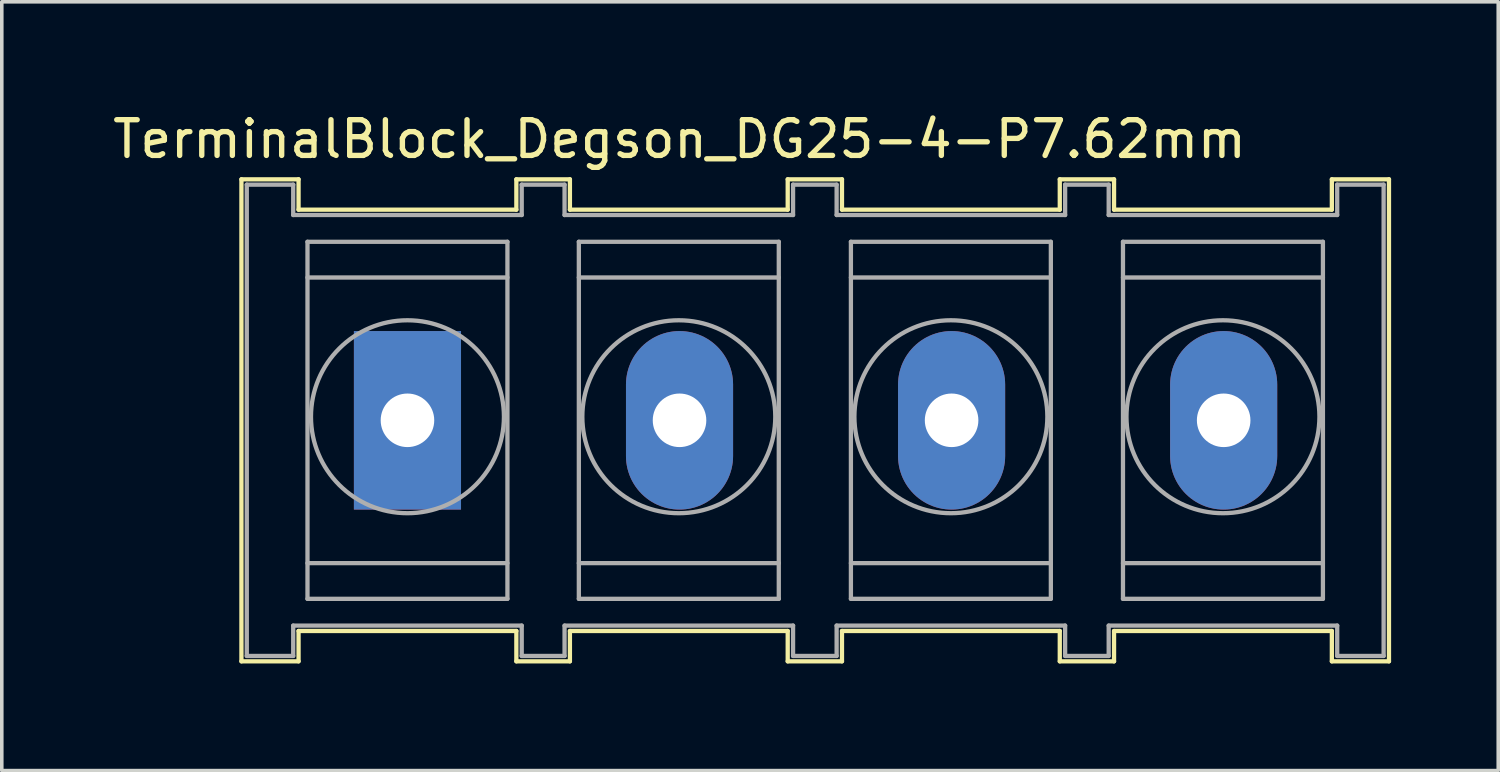
<source format=kicad_pcb>
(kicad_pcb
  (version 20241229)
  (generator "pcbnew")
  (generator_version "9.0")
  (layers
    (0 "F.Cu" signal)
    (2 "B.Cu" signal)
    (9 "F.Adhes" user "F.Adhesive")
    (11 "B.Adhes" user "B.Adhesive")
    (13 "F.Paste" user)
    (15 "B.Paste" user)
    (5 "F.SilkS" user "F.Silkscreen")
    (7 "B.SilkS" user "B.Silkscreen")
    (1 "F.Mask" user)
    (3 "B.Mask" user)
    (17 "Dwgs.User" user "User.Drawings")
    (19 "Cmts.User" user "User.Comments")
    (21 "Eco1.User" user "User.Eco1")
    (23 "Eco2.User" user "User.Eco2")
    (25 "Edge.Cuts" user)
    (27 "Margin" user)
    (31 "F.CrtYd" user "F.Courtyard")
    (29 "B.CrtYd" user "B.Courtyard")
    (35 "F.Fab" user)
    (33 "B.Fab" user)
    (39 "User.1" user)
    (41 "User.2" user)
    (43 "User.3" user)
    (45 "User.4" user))
  (footprint "TerminalBlock_Degson_DG25-4-P7.62mm"
    (layer "F.Cu")
    (at 8.362 8.722)
    (property "Reference" "TerminalBlock_Degson_DG25-4-P7.62mm" (at 7.62 -7.874 0) (layer "F.SilkS") (effects (font (size 1 1) (thickness 0.15))))
    (attr through_hole)
    (fp_line (start -4.65 -6.75) (end -4.65 6.75) (stroke (width 0.12) (type solid)) (layer "F.SilkS"))
    (fp_line (start -4.65 -6.75) (end -3.05 -6.75) (stroke (width 0.12) (type solid)) (layer "F.SilkS"))
    (fp_line (start -4.65 6.75) (end -3.05 6.75) (stroke (width 0.12) (type solid)) (layer "F.SilkS"))
    (fp_line (start -3.05 -5.9) (end -3.05 -6.75) (stroke (width 0.12) (type solid)) (layer "F.SilkS"))
    (fp_line (start -3.05 -5.9) (end 3.05 -5.9) (stroke (width 0.12) (type solid)) (layer "F.SilkS"))
    (fp_line (start -3.05 5.9) (end 3.05 5.9) (stroke (width 0.12) (type solid)) (layer "F.SilkS"))
    (fp_line (start -3.05 6.75) (end -3.05 5.9) (stroke (width 0.12) (type solid)) (layer "F.SilkS"))
    (fp_line (start 3.05 -6.75) (end 4.55 -6.75) (stroke (width 0.12) (type solid)) (layer "F.SilkS"))
    (fp_line (start 3.05 -5.9) (end 3.05 -6.75) (stroke (width 0.12) (type solid)) (layer "F.SilkS"))
    (fp_line (start 3.05 6.75) (end 3.05 5.9) (stroke (width 0.12) (type solid)) (layer "F.SilkS"))
    (fp_line (start 3.05 6.75) (end 4.55 6.75) (stroke (width 0.12) (type solid)) (layer "F.SilkS"))
    (fp_line (start 4.55 -5.9) (end 4.55 -6.75) (stroke (width 0.12) (type solid)) (layer "F.SilkS"))
    (fp_line (start 4.55 -5.9) (end 10.65 -5.9) (stroke (width 0.12) (type solid)) (layer "F.SilkS"))
    (fp_line (start 4.55 5.9) (end 10.65 5.9) (stroke (width 0.12) (type solid)) (layer "F.SilkS"))
    (fp_line (start 4.55 6.75) (end 4.55 5.9) (stroke (width 0.12) (type solid)) (layer "F.SilkS"))
    (fp_line (start 10.65 -6.75) (end 12.17 -6.75) (stroke (width 0.12) (type solid)) (layer "F.SilkS"))
    (fp_line (start 10.65 -5.9) (end 10.65 -6.75) (stroke (width 0.12) (type solid)) (layer "F.SilkS"))
    (fp_line (start 10.65 6.75) (end 10.65 5.9) (stroke (width 0.12) (type solid)) (layer "F.SilkS"))
    (fp_line (start 10.65 6.75) (end 12.17 6.75) (stroke (width 0.12) (type solid)) (layer "F.SilkS"))
    (fp_line (start 12.17 -5.9) (end 12.17 -6.75) (stroke (width 0.12) (type solid)) (layer "F.SilkS"))
    (fp_line (start 12.17 -5.9) (end 18.27 -5.9) (stroke (width 0.12) (type solid)) (layer "F.SilkS"))
    (fp_line (start 12.17 5.9) (end 18.27 5.9) (stroke (width 0.12) (type solid)) (layer "F.SilkS"))
    (fp_line (start 12.17 6.75) (end 12.17 5.9) (stroke (width 0.12) (type solid)) (layer "F.SilkS"))
    (fp_line (start 18.27 -6.75) (end 19.79 -6.75) (stroke (width 0.12) (type solid)) (layer "F.SilkS"))
    (fp_line (start 18.27 -5.9) (end 18.27 -6.75) (stroke (width 0.12) (type solid)) (layer "F.SilkS"))
    (fp_line (start 18.27 6.75) (end 18.27 5.9) (stroke (width 0.12) (type solid)) (layer "F.SilkS"))
    (fp_line (start 18.27 6.75) (end 19.79 6.75) (stroke (width 0.12) (type solid)) (layer "F.SilkS"))
    (fp_line (start 19.79 -5.9) (end 19.79 -6.75) (stroke (width 0.12) (type solid)) (layer "F.SilkS"))
    (fp_line (start 19.79 -5.9) (end 25.89 -5.9) (stroke (width 0.12) (type solid)) (layer "F.SilkS"))
    (fp_line (start 19.79 5.9) (end 25.89 5.9) (stroke (width 0.12) (type solid)) (layer "F.SilkS"))
    (fp_line (start 19.79 6.75) (end 19.79 5.9) (stroke (width 0.12) (type solid)) (layer "F.SilkS"))
    (fp_line (start 25.89 -6.75) (end 27.49 -6.75) (stroke (width 0.12) (type solid)) (layer "F.SilkS"))
    (fp_line (start 25.89 -5.9) (end 25.89 -6.75) (stroke (width 0.12) (type solid)) (layer "F.SilkS"))
    (fp_line (start 25.89 6.75) (end 25.89 5.9) (stroke (width 0.12) (type solid)) (layer "F.SilkS"))
    (fp_line (start 25.89 6.75) (end 27.49 6.75) (stroke (width 0.12) (type solid)) (layer "F.SilkS"))
    (fp_line (start 27.49 -6.75) (end 27.49 6.75) (stroke (width 0.12) (type solid)) (layer "F.SilkS"))
    (fp_line (start -4.5 -6.6) (end -3.2 -6.6) (stroke (width 0.12) (type solid)) (layer "F.Fab"))
    (fp_line (start -4.5 6.6) (end -4.5 -6.6) (stroke (width 0.12) (type solid)) (layer "F.Fab"))
    (fp_line (start -3.2 -6.6) (end -3.2 -5.75) (stroke (width 0.12) (type solid)) (layer "F.Fab"))
    (fp_line (start -3.2 -5.75) (end 3.2 -5.75) (stroke (width 0.12) (type solid)) (layer "F.Fab"))
    (fp_line (start -3.2 5.75) (end -3.2 6.6) (stroke (width 0.12) (type solid)) (layer "F.Fab"))
    (fp_line (start -3.2 6.6) (end -4.5 6.6) (stroke (width 0.12) (type solid)) (layer "F.Fab"))
    (fp_line (start -2.8 -5) (end 2.8 -5) (stroke (width 0.12) (type solid)) (layer "F.Fab"))
    (fp_line (start -2.8 -4) (end 2.8 -4) (stroke (width 0.12) (type solid)) (layer "F.Fab"))
    (fp_line (start -2.8 4) (end 2.8 4) (stroke (width 0.12) (type solid)) (layer "F.Fab"))
    (fp_line (start -2.8 5) (end -2.8 -5) (stroke (width 0.12) (type solid)) (layer "F.Fab"))
    (fp_line (start 2.8 -5) (end 2.8 5) (stroke (width 0.12) (type solid)) (layer "F.Fab"))
    (fp_line (start 2.8 5) (end -2.8 5) (stroke (width 0.12) (type solid)) (layer "F.Fab"))
    (fp_line (start 3.2 -6.6) (end 4.4 -6.6) (stroke (width 0.12) (type solid)) (layer "F.Fab"))
    (fp_line (start 3.2 -5.75) (end 3.2 -6.6) (stroke (width 0.12) (type solid)) (layer "F.Fab"))
    (fp_line (start 3.2 5.75) (end -3.2 5.75) (stroke (width 0.12) (type solid)) (layer "F.Fab"))
    (fp_line (start 3.2 6.6) (end 3.2 5.75) (stroke (width 0.12) (type solid)) (layer "F.Fab"))
    (fp_line (start 4.4 -6.6) (end 4.4 -5.75) (stroke (width 0.12) (type solid)) (layer "F.Fab"))
    (fp_line (start 4.4 -5.75) (end 10.8 -5.75) (stroke (width 0.12) (type solid)) (layer "F.Fab"))
    (fp_line (start 4.4 5.75) (end 4.4 6.6) (stroke (width 0.12) (type solid)) (layer "F.Fab"))
    (fp_line (start 4.4 6.6) (end 3.2 6.6) (stroke (width 0.12) (type solid)) (layer "F.Fab"))
    (fp_line (start 4.8 -5) (end 10.4 -5) (stroke (width 0.12) (type solid)) (layer "F.Fab"))
    (fp_line (start 4.8 -4) (end 10.4 -4) (stroke (width 0.12) (type solid)) (layer "F.Fab"))
    (fp_line (start 4.8 4) (end 10.4 4) (stroke (width 0.12) (type solid)) (layer "F.Fab"))
    (fp_line (start 4.8 5) (end 4.8 -5) (stroke (width 0.12) (type solid)) (layer "F.Fab"))
    (fp_line (start 10.4 -5) (end 10.4 5) (stroke (width 0.12) (type solid)) (layer "F.Fab"))
    (fp_line (start 10.4 5) (end 4.8 5) (stroke (width 0.12) (type solid)) (layer "F.Fab"))
    (fp_line (start 10.8 -6.6) (end 12.02 -6.6) (stroke (width 0.12) (type solid)) (layer "F.Fab"))
    (fp_line (start 10.8 -5.75) (end 10.8 -6.6) (stroke (width 0.12) (type solid)) (layer "F.Fab"))
    (fp_line (start 10.8 5.75) (end 4.4 5.75) (stroke (width 0.12) (type solid)) (layer "F.Fab"))
    (fp_line (start 10.8 6.6) (end 10.8 5.75) (stroke (width 0.12) (type solid)) (layer "F.Fab"))
    (fp_line (start 12.02 -6.6) (end 12.02 -5.75) (stroke (width 0.12) (type solid)) (layer "F.Fab"))
    (fp_line (start 12.02 -5.75) (end 18.42 -5.75) (stroke (width 0.12) (type solid)) (layer "F.Fab"))
    (fp_line (start 12.02 5.75) (end 12.02 6.6) (stroke (width 0.12) (type solid)) (layer "F.Fab"))
    (fp_line (start 12.02 6.6) (end 10.8 6.6) (stroke (width 0.12) (type solid)) (layer "F.Fab"))
    (fp_line (start 12.42 -5) (end 18.02 -5) (stroke (width 0.12) (type solid)) (layer "F.Fab"))
    (fp_line (start 12.42 -4) (end 18.02 -4) (stroke (width 0.12) (type solid)) (layer "F.Fab"))
    (fp_line (start 12.42 4) (end 18.02 4) (stroke (width 0.12) (type solid)) (layer "F.Fab"))
    (fp_line (start 12.42 5) (end 12.42 -5) (stroke (width 0.12) (type solid)) (layer "F.Fab"))
    (fp_line (start 18.02 -5) (end 18.02 5) (stroke (width 0.12) (type solid)) (layer "F.Fab"))
    (fp_line (start 18.02 5) (end 12.42 5) (stroke (width 0.12) (type solid)) (layer "F.Fab"))
    (fp_line (start 18.42 -6.6) (end 19.64 -6.6) (stroke (width 0.12) (type solid)) (layer "F.Fab"))
    (fp_line (start 18.42 -5.75) (end 18.42 -6.6) (stroke (width 0.12) (type solid)) (layer "F.Fab"))
    (fp_line (start 18.42 5.75) (end 12.02 5.75) (stroke (width 0.12) (type solid)) (layer "F.Fab"))
    (fp_line (start 18.42 6.6) (end 18.42 5.75) (stroke (width 0.12) (type solid)) (layer "F.Fab"))
    (fp_line (start 19.64 -6.6) (end 19.64 -5.75) (stroke (width 0.12) (type solid)) (layer "F.Fab"))
    (fp_line (start 19.64 -5.75) (end 26.04 -5.75) (stroke (width 0.12) (type solid)) (layer "F.Fab"))
    (fp_line (start 19.64 5.75) (end 19.64 6.6) (stroke (width 0.12) (type solid)) (layer "F.Fab"))
    (fp_line (start 19.64 6.6) (end 18.42 6.6) (stroke (width 0.12) (type solid)) (layer "F.Fab"))
    (fp_line (start 20.04 -5) (end 25.64 -5) (stroke (width 0.12) (type solid)) (layer "F.Fab"))
    (fp_line (start 20.04 -4) (end 25.64 -4) (stroke (width 0.12) (type solid)) (layer "F.Fab"))
    (fp_line (start 20.04 4) (end 25.64 4) (stroke (width 0.12) (type solid)) (layer "F.Fab"))
    (fp_line (start 20.04 5) (end 20.04 -5) (stroke (width 0.12) (type solid)) (layer "F.Fab"))
    (fp_line (start 25.64 -5) (end 25.64 5) (stroke (width 0.12) (type solid)) (layer "F.Fab"))
    (fp_line (start 25.64 5) (end 20.04 5) (stroke (width 0.12) (type solid)) (layer "F.Fab"))
    (fp_line (start 26.04 -6.6) (end 27.34 -6.6) (stroke (width 0.12) (type solid)) (layer "F.Fab"))
    (fp_line (start 26.04 -5.75) (end 26.04 -6.6) (stroke (width 0.12) (type solid)) (layer "F.Fab"))
    (fp_line (start 26.04 5.75) (end 19.64 5.75) (stroke (width 0.12) (type solid)) (layer "F.Fab"))
    (fp_line (start 26.04 6.6) (end 26.04 5.75) (stroke (width 0.12) (type solid)) (layer "F.Fab"))
    (fp_line (start 27.34 -6.6) (end 27.34 6.6) (stroke (width 0.12) (type solid)) (layer "F.Fab"))
    (fp_line (start 27.34 6.6) (end 26.04 6.6) (stroke (width 0.12) (type solid)) (layer "F.Fab"))
    (fp_circle (center 0 -0.1) (end 2.7 0) (stroke (width 0.12) (type solid)) (fill no) (layer "F.Fab"))
    (fp_circle (center 7.6 -0.1) (end 10.3 0) (stroke (width 0.12) (type solid)) (fill no) (layer "F.Fab"))
    (fp_circle (center 15.22 -0.1) (end 17.92 0) (stroke (width 0.12) (type solid)) (fill no) (layer "F.Fab"))
    (fp_circle (center 22.84 -0.1) (end 25.54 0) (stroke (width 0.12) (type solid)) (fill no) (layer "F.Fab"))
    (pad "1" thru_hole rect (at 0 0) (size 3 5) (drill 1.5) (layers "*.Cu" "*.Mask"))
    (pad "2" thru_hole oval (at 7.62 0) (size 3 5) (drill 1.5) (layers "*.Cu" "*.Mask"))
    (pad "3" thru_hole oval (at 15.24 0) (size 3 5) (drill 1.5) (layers "*.Cu" "*.Mask"))
    (pad "4" thru_hole oval (at 22.86 0) (size 3 5) (drill 1.5) (layers "*.Cu" "*.Mask")))
  (gr_rect
    (start -3 -3)
    (end 38.912 18.532)
    (stroke (width 0.1) (type default))
    (fill no)
    (layer "Edge.Cuts")))
</source>
